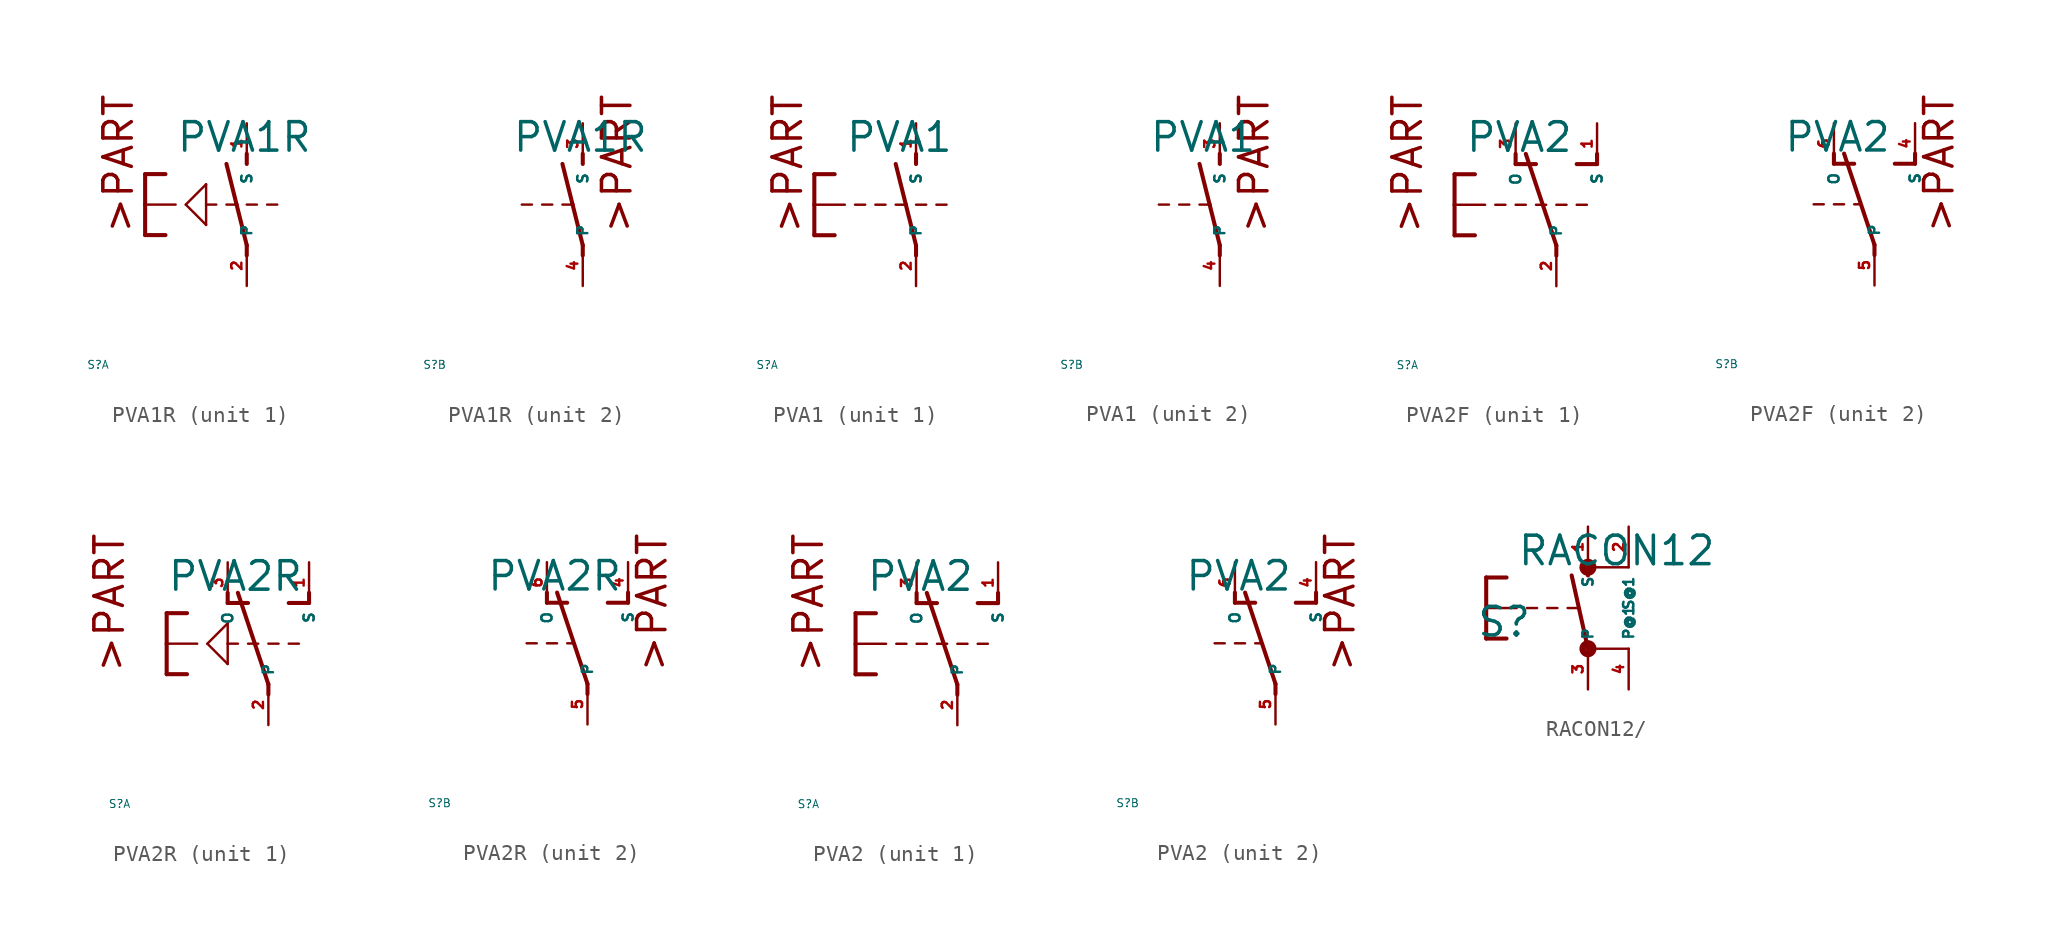
<source format=kicad_sym>
(kicad_symbol_lib
  (version 20220914)
  (generator Eagle2Kicad)
  (symbol "PVA1R"
    (property "Reference" "S"
      (at -10 -10 0)
      (effects (font (size 0.5 0.5) (thickness 0.06)) (justify left)))
    (property "Value" "PVA1R"
      (at -4.445 3.175 0)
      (effects (font (size 1.778 1.778) (thickness 0.22)) (justify left bottom)))
    (symbol "PVA1R_1_0"
      (polyline (pts (xy 0 -3.175) (xy 0 -2.54)) (stroke (width 0.254) (type default)) (fill (type none)))
      (polyline (pts (xy 0 2.54) (xy 0 3.175)) (stroke (width 0.254) (type default)) (fill (type none)))
      (polyline (pts (xy 0 -2.54) (xy -0.635 0)) (stroke (width 0.254) (type default)) (fill (type none)))
      (polyline (pts (xy -6.35 1.905) (xy -5.08 1.905)) (stroke (width 0.254) (type default)) (fill (type none)))
      (polyline (pts (xy -6.35 1.905) (xy -6.35 0)) (stroke (width 0.254) (type default)) (fill (type none)))
      (polyline (pts (xy -6.35 -1.905) (xy -5.08 -1.905)) (stroke (width 0.254) (type default)) (fill (type none)))
      (polyline (pts (xy -6.35 0) (xy -4.445 0)) (stroke (width 0.152) (type default)) (fill (type none)))
      (polyline (pts (xy -6.35 0) (xy -6.35 -1.905)) (stroke (width 0.254) (type default)) (fill (type none)))
      (polyline (pts (xy -2.54 0) (xy -1.905 0)) (stroke (width 0.152) (type default)) (fill (type none)))
      (polyline (pts (xy -1.27 0) (xy -0.635 0)) (stroke (width 0.152) (type default)) (fill (type none)))
      (polyline (pts (xy -0.635 0) (xy -1.27 2.54)) (stroke (width 0.254) (type default)) (fill (type none)))
      (polyline (pts (xy 1.27 0) (xy 1.905 0)) (stroke (width 0.152) (type default)) (fill (type none)))
      (polyline (pts (xy -2.54 1.27) (xy -2.54 -1.27)) (stroke (width 0.152) (type default)) (fill (type none)))
      (polyline (pts (xy -2.54 -1.27) (xy -3.81 0)) (stroke (width 0.152) (type default)) (fill (type none)))
      (polyline (pts (xy -3.81 0) (xy -2.54 1.27)) (stroke (width 0.152) (type default)) (fill (type none)))
      (polyline (pts (xy 0 0) (xy 0.635 0)) (stroke (width 0.152) (type default)) (fill (type none)))
      (text ">PART" (at -6.985 -1.905 900) (effects (font (size 1.778 1.778) (thickness 0.22)) (justify left bottom)))
      (pin passive line (at 0 -5.08 90) (length 2.54) (name "P" (effects (font (size 0.635 0.635) (thickness 0.08)) (justify left bottom))) (number "2" (effects (font (size 0.635 0.635) (thickness 0.08)) (justify left bottom))))
      (pin passive line (at 0 5.08 270) (length 2.54) (name "S" (effects (font (size 0.635 0.635) (thickness 0.08)) (justify left bottom))) (number "1" (effects (font (size 0.635 0.635) (thickness 0.08)) (justify left bottom)))))
    (symbol "PVA1R_2_0"
      (polyline (pts (xy 0 -3.175) (xy 0 -2.54)) (stroke (width 0.254) (type default)) (fill (type none)))
      (polyline (pts (xy 0 2.54) (xy 0 3.175)) (stroke (width 0.254) (type default)) (fill (type none)))
      (polyline (pts (xy 0 -2.54) (xy -0.635 0)) (stroke (width 0.254) (type default)) (fill (type none)))
      (polyline (pts (xy -2.54 0) (xy -1.905 0)) (stroke (width 0.152) (type default)) (fill (type none)))
      (polyline (pts (xy -1.27 0) (xy -0.635 0)) (stroke (width 0.152) (type default)) (fill (type none)))
      (polyline (pts (xy -0.635 0) (xy -1.27 2.54)) (stroke (width 0.254) (type default)) (fill (type none)))
      (polyline (pts (xy -3.81 0) (xy -3.175 0)) (stroke (width 0.152) (type default)) (fill (type none)))
      (text ">PART" (at 3.175 -1.905 900) (effects (font (size 1.778 1.778) (thickness 0.22)) (justify left bottom)))
      (pin passive line (at 0 -5.08 90) (length 2.54) (name "P" (effects (font (size 0.635 0.635) (thickness 0.08)) (justify left bottom))) (number "4" (effects (font (size 0.635 0.635) (thickness 0.08)) (justify left bottom))))
      (pin passive line (at 0 5.08 270) (length 2.54) (name "S" (effects (font (size 0.635 0.635) (thickness 0.08)) (justify left bottom))) (number "3" (effects (font (size 0.635 0.635) (thickness 0.08)) (justify left bottom))))))
  (symbol "PVA1"
    (property "Reference" "S"
      (at -10 -10 0)
      (effects (font (size 0.5 0.5) (thickness 0.06)) (justify left)))
    (property "Value" "PVA1"
      (at -4.445 3.175 0)
      (effects (font (size 1.778 1.778) (thickness 0.22)) (justify left bottom)))
    (symbol "PVA1_1_0"
      (polyline (pts (xy 0 -3.175) (xy 0 -2.54)) (stroke (width 0.254) (type default)) (fill (type none)))
      (polyline (pts (xy 0 2.54) (xy 0 3.175)) (stroke (width 0.254) (type default)) (fill (type none)))
      (polyline (pts (xy 0 -2.54) (xy -0.635 0)) (stroke (width 0.254) (type default)) (fill (type none)))
      (polyline (pts (xy -6.35 1.905) (xy -5.08 1.905)) (stroke (width 0.254) (type default)) (fill (type none)))
      (polyline (pts (xy -6.35 1.905) (xy -6.35 0)) (stroke (width 0.254) (type default)) (fill (type none)))
      (polyline (pts (xy -6.35 -1.905) (xy -5.08 -1.905)) (stroke (width 0.254) (type default)) (fill (type none)))
      (polyline (pts (xy -6.35 0) (xy -4.445 0)) (stroke (width 0.152) (type default)) (fill (type none)))
      (polyline (pts (xy -6.35 0) (xy -6.35 -1.905)) (stroke (width 0.254) (type default)) (fill (type none)))
      (polyline (pts (xy -2.54 0) (xy -1.905 0)) (stroke (width 0.152) (type default)) (fill (type none)))
      (polyline (pts (xy -1.27 0) (xy -0.635 0)) (stroke (width 0.152) (type default)) (fill (type none)))
      (polyline (pts (xy -0.635 0) (xy -1.27 2.54)) (stroke (width 0.254) (type default)) (fill (type none)))
      (polyline (pts (xy -3.81 0) (xy -3.175 0)) (stroke (width 0.152) (type default)) (fill (type none)))
      (polyline (pts (xy 1.27 0) (xy 1.905 0)) (stroke (width 0.152) (type default)) (fill (type none)))
      (polyline (pts (xy 0 0) (xy 0.635 0)) (stroke (width 0.152) (type default)) (fill (type none)))
      (text ">PART" (at -6.985 -1.905 900) (effects (font (size 1.778 1.778) (thickness 0.22)) (justify left bottom)))
      (pin passive line (at 0 -5.08 90) (length 2.54) (name "P" (effects (font (size 0.635 0.635) (thickness 0.08)) (justify left bottom))) (number "2" (effects (font (size 0.635 0.635) (thickness 0.08)) (justify left bottom))))
      (pin passive line (at 0 5.08 270) (length 2.54) (name "S" (effects (font (size 0.635 0.635) (thickness 0.08)) (justify left bottom))) (number "1" (effects (font (size 0.635 0.635) (thickness 0.08)) (justify left bottom)))))
    (symbol "PVA1_2_0"
      (polyline (pts (xy 0 -3.175) (xy 0 -2.54)) (stroke (width 0.254) (type default)) (fill (type none)))
      (polyline (pts (xy 0 2.54) (xy 0 3.175)) (stroke (width 0.254) (type default)) (fill (type none)))
      (polyline (pts (xy 0 -2.54) (xy -0.635 0)) (stroke (width 0.254) (type default)) (fill (type none)))
      (polyline (pts (xy -2.54 0) (xy -1.905 0)) (stroke (width 0.152) (type default)) (fill (type none)))
      (polyline (pts (xy -1.27 0) (xy -0.635 0)) (stroke (width 0.152) (type default)) (fill (type none)))
      (polyline (pts (xy -0.635 0) (xy -1.27 2.54)) (stroke (width 0.254) (type default)) (fill (type none)))
      (polyline (pts (xy -3.81 0) (xy -3.175 0)) (stroke (width 0.152) (type default)) (fill (type none)))
      (text ">PART" (at 3.175 -1.905 900) (effects (font (size 1.778 1.778) (thickness 0.22)) (justify left bottom)))
      (pin passive line (at 0 -5.08 90) (length 2.54) (name "P" (effects (font (size 0.635 0.635) (thickness 0.08)) (justify left bottom))) (number "4" (effects (font (size 0.635 0.635) (thickness 0.08)) (justify left bottom))))
      (pin passive line (at 0 5.08 270) (length 2.54) (name "S" (effects (font (size 0.635 0.635) (thickness 0.08)) (justify left bottom))) (number "3" (effects (font (size 0.635 0.635) (thickness 0.08)) (justify left bottom))))))
  (symbol "PVA2F"
    (property "Reference" "S"
      (at -10 -10 0)
      (effects (font (size 0.5 0.5) (thickness 0.06)) (justify left)))
    (property "Value" "PVA2"
      (at -5.715 3.175 0)
      (effects (font (size 1.778 1.778) (thickness 0.22)) (justify left bottom)))
    (symbol "PVA2F_1_0"
      (polyline (pts (xy 0 -3.175) (xy 0 -2.54)) (stroke (width 0.254) (type default)) (fill (type none)))
      (polyline (pts (xy 0 -2.54) (xy -1.905 3.175)) (stroke (width 0.254) (type default)) (fill (type none)))
      (polyline (pts (xy 1.27 2.54) (xy 2.54 2.54)) (stroke (width 0.254) (type default)) (fill (type none)))
      (polyline (pts (xy 2.54 2.54) (xy 2.54 3.175)) (stroke (width 0.254) (type default)) (fill (type none)))
      (polyline (pts (xy -2.54 2.54) (xy -1.27 2.54)) (stroke (width 0.254) (type default)) (fill (type none)))
      (polyline (pts (xy -2.54 2.54) (xy -2.54 3.175)) (stroke (width 0.254) (type default)) (fill (type none)))
      (polyline (pts (xy -1.905 0) (xy -2.54 0)) (stroke (width 0.152) (type default)) (fill (type none)))
      (polyline (pts (xy -3.175 0) (xy -3.81 0)) (stroke (width 0.152) (type default)) (fill (type none)))
      (polyline (pts (xy -6.35 1.905) (xy -5.08 1.905)) (stroke (width 0.254) (type default)) (fill (type none)))
      (polyline (pts (xy -6.35 1.905) (xy -6.35 0)) (stroke (width 0.254) (type default)) (fill (type none)))
      (polyline (pts (xy -6.35 -1.905) (xy -5.08 -1.905)) (stroke (width 0.254) (type default)) (fill (type none)))
      (polyline (pts (xy -6.35 0) (xy -4.445 0)) (stroke (width 0.152) (type default)) (fill (type none)))
      (polyline (pts (xy -6.35 0) (xy -6.35 -1.905)) (stroke (width 0.254) (type default)) (fill (type none)))
      (polyline (pts (xy 0.635 0) (xy 0 0)) (stroke (width 0.152) (type default)) (fill (type none)))
      (polyline (pts (xy 1.905 0) (xy 1.27 0)) (stroke (width 0.152) (type default)) (fill (type none)))
      (polyline (pts (xy -0.635 0) (xy -1.27 0)) (stroke (width 0.152) (type default)) (fill (type none)))
      (text ">PART" (at -8.255 -1.905 900) (effects (font (size 1.778 1.778) (thickness 0.22)) (justify left bottom)))
      (pin passive line (at 0 -5.08 90) (length 2.54) (name "P" (effects (font (size 0.635 0.635) (thickness 0.08)) (justify left bottom))) (number "2" (effects (font (size 0.635 0.635) (thickness 0.08)) (justify left bottom))))
      (pin passive line (at 2.54 5.08 270) (length 2.54) (name "S" (effects (font (size 0.635 0.635) (thickness 0.08)) (justify left bottom))) (number "1" (effects (font (size 0.635 0.635) (thickness 0.08)) (justify left bottom))))
      (pin passive line (at -2.54 5.08 270) (length 2.54) (name "O" (effects (font (size 0.635 0.635) (thickness 0.08)) (justify left bottom))) (number "3" (effects (font (size 0.635 0.635) (thickness 0.08)) (justify left bottom)))))
    (symbol "PVA2F_2_0"
      (polyline (pts (xy 0 -3.175) (xy 0 -2.54)) (stroke (width 0.254) (type default)) (fill (type none)))
      (polyline (pts (xy 0 -2.54) (xy -1.905 3.175)) (stroke (width 0.254) (type default)) (fill (type none)))
      (polyline (pts (xy 1.27 2.54) (xy 2.54 2.54)) (stroke (width 0.254) (type default)) (fill (type none)))
      (polyline (pts (xy 2.54 2.54) (xy 2.54 3.175)) (stroke (width 0.254) (type default)) (fill (type none)))
      (polyline (pts (xy -2.54 2.54) (xy -1.27 2.54)) (stroke (width 0.254) (type default)) (fill (type none)))
      (polyline (pts (xy -2.54 2.54) (xy -2.54 3.175)) (stroke (width 0.254) (type default)) (fill (type none)))
      (polyline (pts (xy -0.889 0) (xy -1.27 0)) (stroke (width 0.152) (type default)) (fill (type none)))
      (polyline (pts (xy -1.905 0) (xy -2.54 0)) (stroke (width 0.152) (type default)) (fill (type none)))
      (polyline (pts (xy -3.175 0) (xy -3.81 0)) (stroke (width 0.152) (type default)) (fill (type none)))
      (text ">PART" (at 5.08 -1.905 900) (effects (font (size 1.778 1.778) (thickness 0.22)) (justify left bottom)))
      (pin passive line (at 0 -5.08 90) (length 2.54) (name "P" (effects (font (size 0.635 0.635) (thickness 0.08)) (justify left bottom))) (number "5" (effects (font (size 0.635 0.635) (thickness 0.08)) (justify left bottom))))
      (pin passive line (at 2.54 5.08 270) (length 2.54) (name "S" (effects (font (size 0.635 0.635) (thickness 0.08)) (justify left bottom))) (number "4" (effects (font (size 0.635 0.635) (thickness 0.08)) (justify left bottom))))
      (pin passive line (at -2.54 5.08 270) (length 2.54) (name "O" (effects (font (size 0.635 0.635) (thickness 0.08)) (justify left bottom))) (number "6" (effects (font (size 0.635 0.635) (thickness 0.08)) (justify left bottom))))))
  (symbol "PVA2R"
    (property "Reference" "S"
      (at -10 -10 0)
      (effects (font (size 0.5 0.5) (thickness 0.06)) (justify left)))
    (property "Value" "PVA2R"
      (at -6.35 3.175 0)
      (effects (font (size 1.778 1.778) (thickness 0.22)) (justify left bottom)))
    (symbol "PVA2R_1_0"
      (polyline (pts (xy 0 -3.175) (xy 0 -2.54)) (stroke (width 0.254) (type default)) (fill (type none)))
      (polyline (pts (xy 0 -2.54) (xy -1.905 3.175)) (stroke (width 0.254) (type default)) (fill (type none)))
      (polyline (pts (xy 1.27 2.54) (xy 2.54 2.54)) (stroke (width 0.254) (type default)) (fill (type none)))
      (polyline (pts (xy 2.54 2.54) (xy 2.54 3.175)) (stroke (width 0.254) (type default)) (fill (type none)))
      (polyline (pts (xy -2.54 2.54) (xy -1.27 2.54)) (stroke (width 0.254) (type default)) (fill (type none)))
      (polyline (pts (xy -2.54 2.54) (xy -2.54 3.175)) (stroke (width 0.254) (type default)) (fill (type none)))
      (polyline (pts (xy -1.905 0) (xy -2.54 0)) (stroke (width 0.152) (type default)) (fill (type none)))
      (polyline (pts (xy -6.35 1.905) (xy -5.08 1.905)) (stroke (width 0.254) (type default)) (fill (type none)))
      (polyline (pts (xy -6.35 1.905) (xy -6.35 0)) (stroke (width 0.254) (type default)) (fill (type none)))
      (polyline (pts (xy -6.35 -1.905) (xy -5.08 -1.905)) (stroke (width 0.254) (type default)) (fill (type none)))
      (polyline (pts (xy -6.35 0) (xy -4.445 0)) (stroke (width 0.152) (type default)) (fill (type none)))
      (polyline (pts (xy -6.35 0) (xy -6.35 -1.905)) (stroke (width 0.254) (type default)) (fill (type none)))
      (polyline (pts (xy 0.635 0) (xy 0 0)) (stroke (width 0.152) (type default)) (fill (type none)))
      (polyline (pts (xy 1.905 0) (xy 1.27 0)) (stroke (width 0.152) (type default)) (fill (type none)))
      (polyline (pts (xy -0.635 0) (xy -1.27 0)) (stroke (width 0.152) (type default)) (fill (type none)))
      (polyline (pts (xy -2.54 1.27) (xy -2.54 0)) (stroke (width 0.152) (type default)) (fill (type none)))
      (polyline (pts (xy -2.54 0) (xy -2.54 -1.27)) (stroke (width 0.152) (type default)) (fill (type none)))
      (polyline (pts (xy -2.54 -1.27) (xy -3.81 0)) (stroke (width 0.152) (type default)) (fill (type none)))
      (polyline (pts (xy -3.81 0) (xy -2.54 1.27)) (stroke (width 0.152) (type default)) (fill (type none)))
      (text ">PART" (at -8.89 -1.905 900) (effects (font (size 1.778 1.778) (thickness 0.22)) (justify left bottom)))
      (pin passive line (at 0 -5.08 90) (length 2.54) (name "P" (effects (font (size 0.635 0.635) (thickness 0.08)) (justify left bottom))) (number "2" (effects (font (size 0.635 0.635) (thickness 0.08)) (justify left bottom))))
      (pin passive line (at 2.54 5.08 270) (length 2.54) (name "S" (effects (font (size 0.635 0.635) (thickness 0.08)) (justify left bottom))) (number "1" (effects (font (size 0.635 0.635) (thickness 0.08)) (justify left bottom))))
      (pin passive line (at -2.54 5.08 270) (length 2.54) (name "O" (effects (font (size 0.635 0.635) (thickness 0.08)) (justify left bottom))) (number "3" (effects (font (size 0.635 0.635) (thickness 0.08)) (justify left bottom)))))
    (symbol "PVA2R_2_0"
      (polyline (pts (xy 0 -3.175) (xy 0 -2.54)) (stroke (width 0.254) (type default)) (fill (type none)))
      (polyline (pts (xy 0 -2.54) (xy -1.905 3.175)) (stroke (width 0.254) (type default)) (fill (type none)))
      (polyline (pts (xy 1.27 2.54) (xy 2.54 2.54)) (stroke (width 0.254) (type default)) (fill (type none)))
      (polyline (pts (xy 2.54 2.54) (xy 2.54 3.175)) (stroke (width 0.254) (type default)) (fill (type none)))
      (polyline (pts (xy -2.54 2.54) (xy -1.27 2.54)) (stroke (width 0.254) (type default)) (fill (type none)))
      (polyline (pts (xy -2.54 2.54) (xy -2.54 3.175)) (stroke (width 0.254) (type default)) (fill (type none)))
      (polyline (pts (xy -0.889 0) (xy -1.27 0)) (stroke (width 0.152) (type default)) (fill (type none)))
      (polyline (pts (xy -1.905 0) (xy -2.54 0)) (stroke (width 0.152) (type default)) (fill (type none)))
      (polyline (pts (xy -3.175 0) (xy -3.81 0)) (stroke (width 0.152) (type default)) (fill (type none)))
      (text ">PART" (at 5.08 -1.905 900) (effects (font (size 1.778 1.778) (thickness 0.22)) (justify left bottom)))
      (pin passive line (at 0 -5.08 90) (length 2.54) (name "P" (effects (font (size 0.635 0.635) (thickness 0.08)) (justify left bottom))) (number "5" (effects (font (size 0.635 0.635) (thickness 0.08)) (justify left bottom))))
      (pin passive line (at 2.54 5.08 270) (length 2.54) (name "S" (effects (font (size 0.635 0.635) (thickness 0.08)) (justify left bottom))) (number "4" (effects (font (size 0.635 0.635) (thickness 0.08)) (justify left bottom))))
      (pin passive line (at -2.54 5.08 270) (length 2.54) (name "O" (effects (font (size 0.635 0.635) (thickness 0.08)) (justify left bottom))) (number "6" (effects (font (size 0.635 0.635) (thickness 0.08)) (justify left bottom))))))
  (symbol "PVA2"
    (property "Reference" "S"
      (at -10 -10 0)
      (effects (font (size 0.5 0.5) (thickness 0.06)) (justify left)))
    (property "Value" "PVA2"
      (at -5.715 3.175 0)
      (effects (font (size 1.778 1.778) (thickness 0.22)) (justify left bottom)))
    (symbol "PVA2_1_0"
      (polyline (pts (xy 0 -3.175) (xy 0 -2.54)) (stroke (width 0.254) (type default)) (fill (type none)))
      (polyline (pts (xy 0 -2.54) (xy -1.905 3.175)) (stroke (width 0.254) (type default)) (fill (type none)))
      (polyline (pts (xy 1.27 2.54) (xy 2.54 2.54)) (stroke (width 0.254) (type default)) (fill (type none)))
      (polyline (pts (xy 2.54 2.54) (xy 2.54 3.175)) (stroke (width 0.254) (type default)) (fill (type none)))
      (polyline (pts (xy -2.54 2.54) (xy -1.27 2.54)) (stroke (width 0.254) (type default)) (fill (type none)))
      (polyline (pts (xy -2.54 2.54) (xy -2.54 3.175)) (stroke (width 0.254) (type default)) (fill (type none)))
      (polyline (pts (xy -1.905 0) (xy -2.54 0)) (stroke (width 0.152) (type default)) (fill (type none)))
      (polyline (pts (xy -3.175 0) (xy -3.81 0)) (stroke (width 0.152) (type default)) (fill (type none)))
      (polyline (pts (xy -6.35 1.905) (xy -5.08 1.905)) (stroke (width 0.254) (type default)) (fill (type none)))
      (polyline (pts (xy -6.35 1.905) (xy -6.35 0)) (stroke (width 0.254) (type default)) (fill (type none)))
      (polyline (pts (xy -6.35 -1.905) (xy -5.08 -1.905)) (stroke (width 0.254) (type default)) (fill (type none)))
      (polyline (pts (xy -6.35 0) (xy -4.445 0)) (stroke (width 0.152) (type default)) (fill (type none)))
      (polyline (pts (xy -6.35 0) (xy -6.35 -1.905)) (stroke (width 0.254) (type default)) (fill (type none)))
      (polyline (pts (xy 0.635 0) (xy 0 0)) (stroke (width 0.152) (type default)) (fill (type none)))
      (polyline (pts (xy 1.905 0) (xy 1.27 0)) (stroke (width 0.152) (type default)) (fill (type none)))
      (polyline (pts (xy -0.635 0) (xy -1.27 0)) (stroke (width 0.152) (type default)) (fill (type none)))
      (text ">PART" (at -8.255 -1.905 900) (effects (font (size 1.778 1.778) (thickness 0.22)) (justify left bottom)))
      (pin passive line (at 0 -5.08 90) (length 2.54) (name "P" (effects (font (size 0.635 0.635) (thickness 0.08)) (justify left bottom))) (number "2" (effects (font (size 0.635 0.635) (thickness 0.08)) (justify left bottom))))
      (pin passive line (at 2.54 5.08 270) (length 2.54) (name "S" (effects (font (size 0.635 0.635) (thickness 0.08)) (justify left bottom))) (number "1" (effects (font (size 0.635 0.635) (thickness 0.08)) (justify left bottom))))
      (pin passive line (at -2.54 5.08 270) (length 2.54) (name "O" (effects (font (size 0.635 0.635) (thickness 0.08)) (justify left bottom))) (number "3" (effects (font (size 0.635 0.635) (thickness 0.08)) (justify left bottom)))))
    (symbol "PVA2_2_0"
      (polyline (pts (xy 0 -3.175) (xy 0 -2.54)) (stroke (width 0.254) (type default)) (fill (type none)))
      (polyline (pts (xy 0 -2.54) (xy -1.905 3.175)) (stroke (width 0.254) (type default)) (fill (type none)))
      (polyline (pts (xy 1.27 2.54) (xy 2.54 2.54)) (stroke (width 0.254) (type default)) (fill (type none)))
      (polyline (pts (xy 2.54 2.54) (xy 2.54 3.175)) (stroke (width 0.254) (type default)) (fill (type none)))
      (polyline (pts (xy -2.54 2.54) (xy -1.27 2.54)) (stroke (width 0.254) (type default)) (fill (type none)))
      (polyline (pts (xy -2.54 2.54) (xy -2.54 3.175)) (stroke (width 0.254) (type default)) (fill (type none)))
      (polyline (pts (xy -0.889 0) (xy -1.27 0)) (stroke (width 0.152) (type default)) (fill (type none)))
      (polyline (pts (xy -1.905 0) (xy -2.54 0)) (stroke (width 0.152) (type default)) (fill (type none)))
      (polyline (pts (xy -3.175 0) (xy -3.81 0)) (stroke (width 0.152) (type default)) (fill (type none)))
      (text ">PART" (at 5.08 -1.905 900) (effects (font (size 1.778 1.778) (thickness 0.22)) (justify left bottom)))
      (pin passive line (at 0 -5.08 90) (length 2.54) (name "P" (effects (font (size 0.635 0.635) (thickness 0.08)) (justify left bottom))) (number "5" (effects (font (size 0.635 0.635) (thickness 0.08)) (justify left bottom))))
      (pin passive line (at 2.54 5.08 270) (length 2.54) (name "S" (effects (font (size 0.635 0.635) (thickness 0.08)) (justify left bottom))) (number "4" (effects (font (size 0.635 0.635) (thickness 0.08)) (justify left bottom))))
      (pin passive line (at -2.54 5.08 270) (length 2.54) (name "O" (effects (font (size 0.635 0.635) (thickness 0.08)) (justify left bottom))) (number "6" (effects (font (size 0.635 0.635) (thickness 0.08)) (justify left bottom))))))
  (symbol "RACON12/"
    (property "Reference" "S"
      (at -6.985 -1.905 0)
      (effects (font (size 1.778 1.778) (thickness 0.22)) (justify left bottom)))
    (property "Value" "RACON12"
      (at -4.445 2.54 0)
      (effects (font (size 1.778 1.778) (thickness 0.22)) (justify left bottom)))
    (polyline
      (pts (xy 0 2.032) (xy 0 2.54))
      (stroke (width 0.254) (type default))
      (fill (type none)))
    (polyline
      (pts (xy -6.35 1.905) (xy -5.08 1.905))
      (stroke (width 0.254) (type default))
      (fill (type none)))
    (polyline
      (pts (xy -6.35 1.905) (xy -6.35 0))
      (stroke (width 0.254) (type default))
      (fill (type none)))
    (polyline
      (pts (xy -6.35 -1.905) (xy -5.08 -1.905))
      (stroke (width 0.254) (type default))
      (fill (type none)))
    (polyline
      (pts (xy -6.35 0) (xy -4.445 0))
      (stroke (width 0.152) (type default))
      (fill (type none)))
    (polyline
      (pts (xy -6.35 0) (xy -6.35 -1.905))
      (stroke (width 0.254) (type default))
      (fill (type none)))
    (polyline
      (pts (xy -2.54 0) (xy -1.905 0))
      (stroke (width 0.152) (type default))
      (fill (type none)))
    (polyline
      (pts (xy -1.27 0) (xy -0.635 0))
      (stroke (width 0.152) (type default))
      (fill (type none)))
    (polyline
      (pts (xy -3.81 0) (xy -3.175 0))
      (stroke (width 0.152) (type default))
      (fill (type none)))
    (polyline
      (pts (xy 2.54 2.54) (xy 0 2.54))
      (stroke (width 0.152) (type default))
      (fill (type none)))
    (polyline
      (pts (xy 2.54 -2.54) (xy 0 -2.54))
      (stroke (width 0.152) (type default))
      (fill (type none)))
    (polyline
      (pts (xy 0 -2.54) (xy -1.016 2.032))
      (stroke (width 0.254) (type default))
      (fill (type none)))
    (circle
      (center 0 -2.54)
      (radius 0.127)
      (stroke (width 0.406) (type default))
      (fill (type none)))
    (circle
      (center 0 2.54)
      (radius 0.127)
      (stroke (width 0.406) (type default))
      (fill (type none)))
    (pin passive line
      (at 0 5.08 270)
      (length 2.54)
      (name "S" (effects (font (size 0.635 0.635) (thickness 0.08)) (justify left bottom)))
      (number "1" (effects (font (size 0.635 0.635) (thickness 0.08)) (justify left bottom))))
    (pin passive line
      (at 0 -5.08 90)
      (length 2.54)
      (name "P" (effects (font (size 0.635 0.635) (thickness 0.08)) (justify left bottom)))
      (number "3" (effects (font (size 0.635 0.635) (thickness 0.08)) (justify left bottom))))
    (pin passive line
      (at 2.54 -5.08 90)
      (length 2.54)
      (name "P@1" (effects (font (size 0.635 0.635) (thickness 0.08)) (justify left bottom)))
      (number "4" (effects (font (size 0.635 0.635) (thickness 0.08)) (justify left bottom))))
    (pin passive line
      (at 2.54 5.08 270)
      (length 2.54)
      (name "S@1" (effects (font (size 0.635 0.635) (thickness 0.08)) (justify left bottom)))
      (number "2" (effects (font (size 0.635 0.635) (thickness 0.08)) (justify left bottom))))))
</source>
